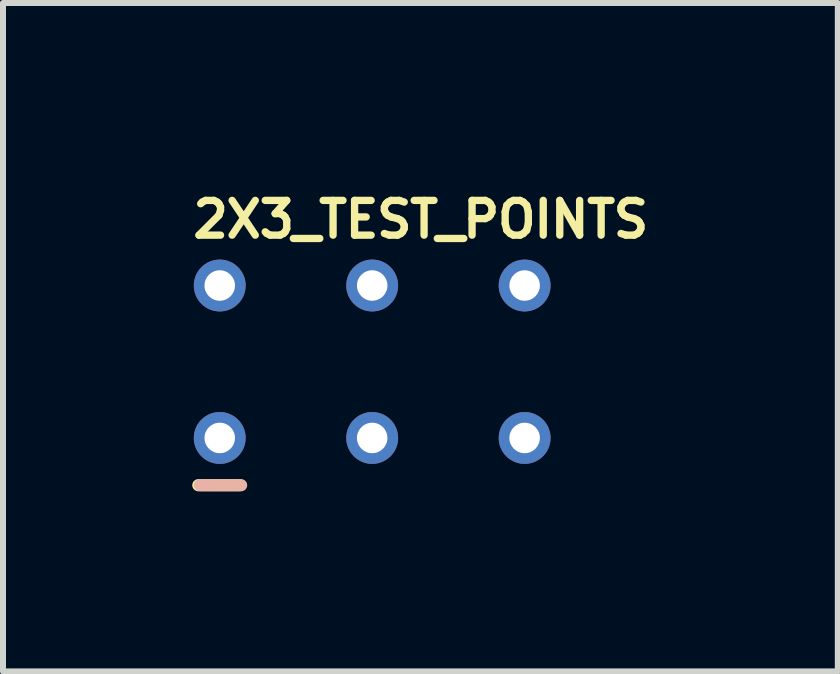
<source format=kicad_pcb>
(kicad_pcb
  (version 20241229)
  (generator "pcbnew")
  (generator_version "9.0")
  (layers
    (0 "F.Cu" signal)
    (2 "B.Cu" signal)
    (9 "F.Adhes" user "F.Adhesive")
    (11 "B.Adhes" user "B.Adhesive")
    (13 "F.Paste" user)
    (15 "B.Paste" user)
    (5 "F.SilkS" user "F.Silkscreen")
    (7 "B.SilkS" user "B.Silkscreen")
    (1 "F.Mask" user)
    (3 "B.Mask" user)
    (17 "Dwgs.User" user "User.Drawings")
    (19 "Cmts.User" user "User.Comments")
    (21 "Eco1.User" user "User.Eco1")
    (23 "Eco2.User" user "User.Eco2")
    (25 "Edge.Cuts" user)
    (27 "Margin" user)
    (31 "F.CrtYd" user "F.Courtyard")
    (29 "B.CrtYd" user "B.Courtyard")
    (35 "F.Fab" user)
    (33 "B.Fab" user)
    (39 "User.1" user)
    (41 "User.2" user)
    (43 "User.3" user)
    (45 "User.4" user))
  (footprint "2X3_TEST_POINTS"
    (layer "F.Cu")
    (at 3.151 2.977)
    (property "Reference" "2X3_TEST_POINTS" (at -3.048 -2.032 0) (layer "F.SilkS") (effects (font (size 0.579 0.579) (thickness 0.122)) (justify left bottom)))
    (attr through_hole)
    (fp_circle (center -2.54 -1.27) (end -2.235 -1.27) (stroke (width 0.611) (type solid)) (fill no) (layer "F.Mask"))
    (fp_circle (center -2.54 1.27) (end -2.235 1.27) (stroke (width 0.611) (type solid)) (fill no) (layer "F.Mask"))
    (fp_circle (center 0 -1.27) (end 0.305 -1.27) (stroke (width 0.611) (type solid)) (fill no) (layer "F.Mask"))
    (fp_circle (center 0 1.27) (end 0.305 1.27) (stroke (width 0.611) (type solid)) (fill no) (layer "F.Mask"))
    (fp_circle (center 2.54 -1.27) (end 2.845 -1.27) (stroke (width 0.611) (type solid)) (fill no) (layer "F.Mask"))
    (fp_circle (center 2.54 1.27) (end 2.845 1.27) (stroke (width 0.611) (type solid)) (fill no) (layer "F.Mask"))
    (fp_line (start -2.896 2.057) (end -2.21 2.057) (stroke (width 0.203) (type solid)) (layer "F.SilkS"))
    (fp_line (start -2.184 2.057) (end -2.87 2.057) (stroke (width 0.203) (type solid)) (layer "B.SilkS"))
    (pad "1" thru_hole circle (at -2.54 1.27) (size 0.864 0.864) (drill 0.508) (layers "*.Cu" "*.Mask"))
    (pad "2" thru_hole circle (at -2.54 -1.27) (size 0.864 0.864) (drill 0.508) (layers "*.Cu" "*.Mask"))
    (pad "3" thru_hole circle (at 0 1.27) (size 0.864 0.864) (drill 0.508) (layers "*.Cu" "*.Mask"))
    (pad "4" thru_hole circle (at 0 -1.27) (size 0.864 0.864) (drill 0.508) (layers "*.Cu" "*.Mask"))
    (pad "5" thru_hole circle (at 2.54 1.27) (size 0.864 0.864) (drill 0.508) (layers "*.Cu" "*.Mask"))
    (pad "6" thru_hole circle (at 2.54 -1.27) (size 0.864 0.864) (drill 0.508) (layers "*.Cu" "*.Mask")))
  (gr_rect
    (start -3 -3)
    (end 10.909 8.136)
    (stroke (width 0.1) (type default))
    (fill no)
    (layer "Edge.Cuts")))
</source>
